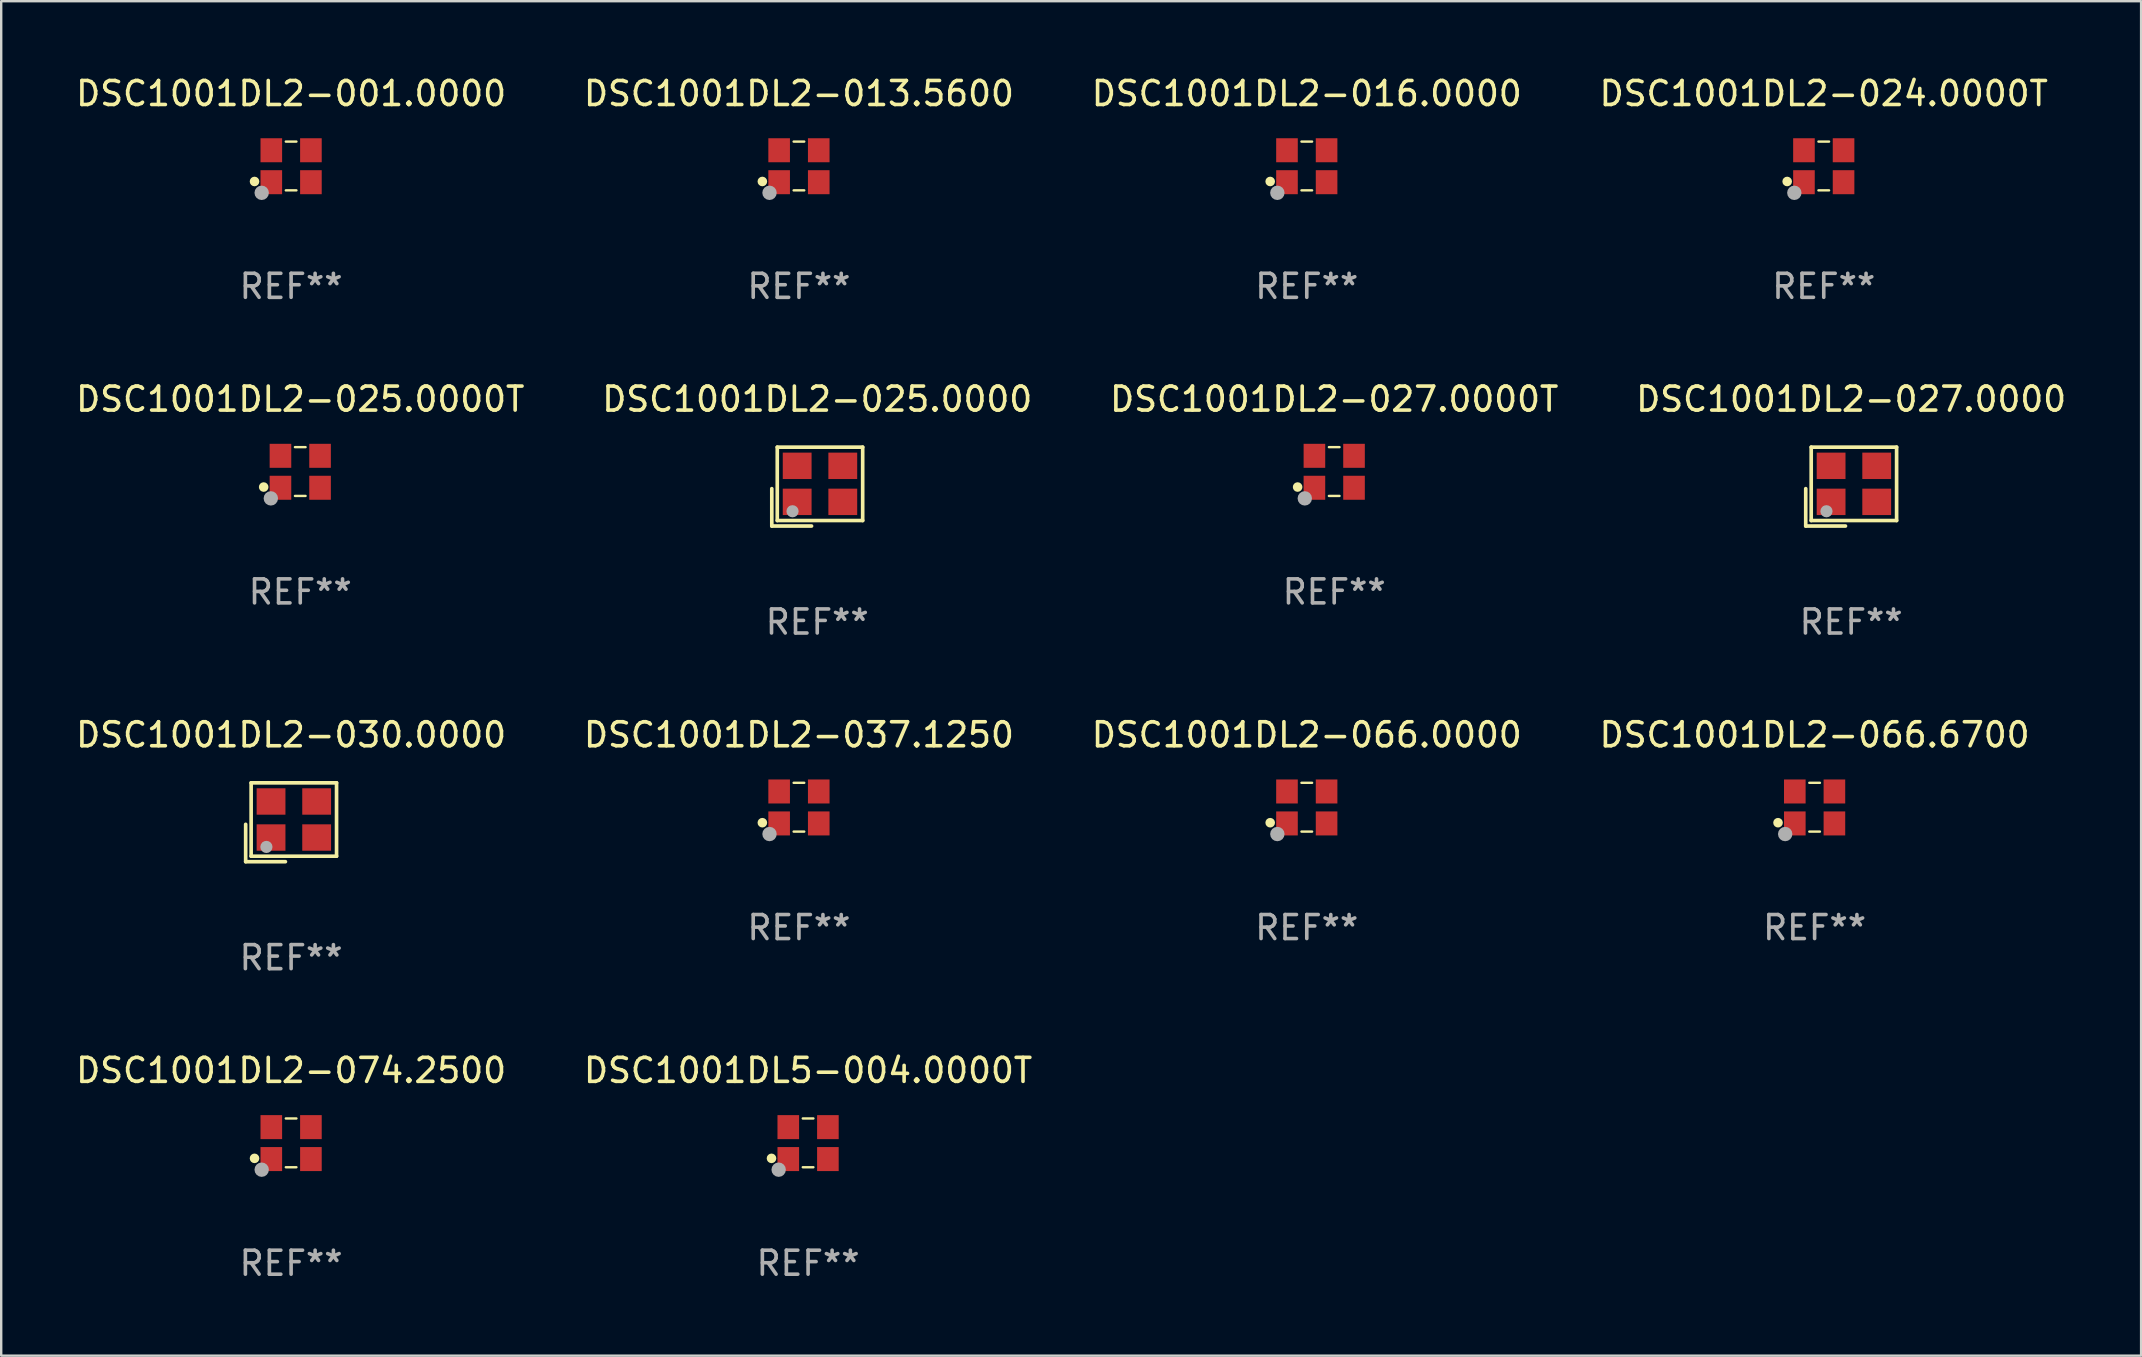
<source format=kicad_pcb>
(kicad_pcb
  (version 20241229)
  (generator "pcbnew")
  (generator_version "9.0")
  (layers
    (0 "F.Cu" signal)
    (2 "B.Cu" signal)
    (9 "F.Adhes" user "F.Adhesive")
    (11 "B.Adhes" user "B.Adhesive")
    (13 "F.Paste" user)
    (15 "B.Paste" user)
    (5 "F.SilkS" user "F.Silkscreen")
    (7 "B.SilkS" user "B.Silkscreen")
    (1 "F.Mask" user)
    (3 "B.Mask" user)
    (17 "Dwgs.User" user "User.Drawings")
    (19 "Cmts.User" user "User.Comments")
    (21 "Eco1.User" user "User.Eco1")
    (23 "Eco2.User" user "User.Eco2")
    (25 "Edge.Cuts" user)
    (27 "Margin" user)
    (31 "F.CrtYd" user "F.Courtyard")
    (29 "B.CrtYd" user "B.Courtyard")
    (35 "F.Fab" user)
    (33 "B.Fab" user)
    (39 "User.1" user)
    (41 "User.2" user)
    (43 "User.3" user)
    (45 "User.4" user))
  (footprint "DSC1001DL5-004.0000T"
    (layer "F.Cu")
    (at 30.613 44.558)
    (property "Reference" "DSC1001DL5-004.0000T" (at 0 -3.016 0) (layer "F.SilkS") (effects (font (size 1 1) (thickness 0.15))))
    (attr through_hole)
    (fp_line (start -0.221 -1.016) (end 0.221 -1.016) (stroke (width 0.1) (type solid)) (layer "F.SilkS"))
    (fp_line (start -0.221 1.016) (end 0.221 1.016) (stroke (width 0.1) (type solid)) (layer "F.SilkS"))
    (fp_circle (center -1.524 0.646) (end -1.424 0.646) (stroke (width 0.2) (type solid)) (fill no) (layer "F.SilkS"))
    (fp_circle (center -1.25 1) (end -1.22 1) (stroke (width 0.06) (type solid)) (fill no) (layer "F.SilkS"))
    (fp_circle (center -1.226 1.118) (end -1.076 1.118) (stroke (width 0.3) (type solid)) (fill no) (layer "F.Fab"))
    (fp_text user "REF**" (at 0 5.016 0) (layer "F.Fab") (effects (font (size 1 1) (thickness 0.15))))
    (pad "1" smd rect (at -0.825 0.676) (size 0.9 1) (layers "F.Cu" "F.Mask" "F.Paste"))
    (pad "2" smd rect (at 0.825 0.676) (size 0.9 1) (layers "F.Cu" "F.Mask" "F.Paste"))
    (pad "3" smd rect (at 0.825 -0.655) (size 0.9 1) (layers "F.Cu" "F.Mask" "F.Paste"))
    (pad "4" smd rect (at -0.825 -0.655) (size 0.9 1) (layers "F.Cu" "F.Mask" "F.Paste")))
  (footprint "DSC1001DL2-066.0000"
    (layer "F.Cu")
    (at 51.387 30.576)
    (property "Reference" "DSC1001DL2-066.0000" (at 0 -3.016 0) (layer "F.SilkS") (effects (font (size 1 1) (thickness 0.15))))
    (attr through_hole)
    (fp_line (start -0.221 -1.016) (end 0.221 -1.016) (stroke (width 0.1) (type solid)) (layer "F.SilkS"))
    (fp_line (start -0.221 1.016) (end 0.221 1.016) (stroke (width 0.1) (type solid)) (layer "F.SilkS"))
    (fp_circle (center -1.524 0.646) (end -1.424 0.646) (stroke (width 0.2) (type solid)) (fill no) (layer "F.SilkS"))
    (fp_circle (center -1.25 1) (end -1.22 1) (stroke (width 0.06) (type solid)) (fill no) (layer "F.SilkS"))
    (fp_circle (center -1.226 1.118) (end -1.076 1.118) (stroke (width 0.3) (type solid)) (fill no) (layer "F.Fab"))
    (fp_text user "REF**" (at 0 5.016 0) (layer "F.Fab") (effects (font (size 1 1) (thickness 0.15))))
    (pad "1" smd rect (at -0.825 0.676) (size 0.9 1) (layers "F.Cu" "F.Mask" "F.Paste"))
    (pad "2" smd rect (at 0.825 0.676) (size 0.9 1) (layers "F.Cu" "F.Mask" "F.Paste"))
    (pad "3" smd rect (at 0.825 -0.655) (size 0.9 1) (layers "F.Cu" "F.Mask" "F.Paste"))
    (pad "4" smd rect (at -0.825 -0.655) (size 0.9 1) (layers "F.Cu" "F.Mask" "F.Paste")))
  (footprint "DSC1001DL2-001.0000"
    (layer "F.Cu")
    (at 9.077 3.864)
    (property "Reference" "DSC1001DL2-001.0000" (at 0 -3.016 0) (layer "F.SilkS") (effects (font (size 1 1) (thickness 0.15))))
    (attr through_hole)
    (fp_line (start -0.221 -1.016) (end 0.221 -1.016) (stroke (width 0.1) (type solid)) (layer "F.SilkS"))
    (fp_line (start -0.221 1.016) (end 0.221 1.016) (stroke (width 0.1) (type solid)) (layer "F.SilkS"))
    (fp_circle (center -1.524 0.646) (end -1.424 0.646) (stroke (width 0.2) (type solid)) (fill no) (layer "F.SilkS"))
    (fp_circle (center -1.25 1) (end -1.22 1) (stroke (width 0.06) (type solid)) (fill no) (layer "F.SilkS"))
    (fp_circle (center -1.226 1.118) (end -1.076 1.118) (stroke (width 0.3) (type solid)) (fill no) (layer "F.Fab"))
    (fp_text user "REF**" (at 0 5.016 0) (layer "F.Fab") (effects (font (size 1 1) (thickness 0.15))))
    (pad "1" smd rect (at -0.825 0.676) (size 0.9 1) (layers "F.Cu" "F.Mask" "F.Paste"))
    (pad "2" smd rect (at 0.825 0.676) (size 0.9 1) (layers "F.Cu" "F.Mask" "F.Paste"))
    (pad "3" smd rect (at 0.825 -0.655) (size 0.9 1) (layers "F.Cu" "F.Mask" "F.Paste"))
    (pad "4" smd rect (at -0.825 -0.655) (size 0.9 1) (layers "F.Cu" "F.Mask" "F.Paste")))
  (footprint "DSC1001DL2-013.5600"
    (layer "F.Cu")
    (at 30.232 3.864)
    (property "Reference" "DSC1001DL2-013.5600" (at 0 -3.016 0) (layer "F.SilkS") (effects (font (size 1 1) (thickness 0.15))))
    (attr through_hole)
    (fp_line (start -0.221 -1.016) (end 0.221 -1.016) (stroke (width 0.1) (type solid)) (layer "F.SilkS"))
    (fp_line (start -0.221 1.016) (end 0.221 1.016) (stroke (width 0.1) (type solid)) (layer "F.SilkS"))
    (fp_circle (center -1.524 0.646) (end -1.424 0.646) (stroke (width 0.2) (type solid)) (fill no) (layer "F.SilkS"))
    (fp_circle (center -1.25 1) (end -1.22 1) (stroke (width 0.06) (type solid)) (fill no) (layer "F.SilkS"))
    (fp_circle (center -1.226 1.118) (end -1.076 1.118) (stroke (width 0.3) (type solid)) (fill no) (layer "F.Fab"))
    (fp_text user "REF**" (at 0 5.016 0) (layer "F.Fab") (effects (font (size 1 1) (thickness 0.15))))
    (pad "1" smd rect (at -0.825 0.676) (size 0.9 1) (layers "F.Cu" "F.Mask" "F.Paste"))
    (pad "2" smd rect (at 0.825 0.676) (size 0.9 1) (layers "F.Cu" "F.Mask" "F.Paste"))
    (pad "3" smd rect (at 0.825 -0.655) (size 0.9 1) (layers "F.Cu" "F.Mask" "F.Paste"))
    (pad "4" smd rect (at -0.825 -0.655) (size 0.9 1) (layers "F.Cu" "F.Mask" "F.Paste")))
  (footprint "DSC1001DL2-025.0000T"
    (layer "F.Cu")
    (at 9.458 16.593)
    (property "Reference" "DSC1001DL2-025.0000T" (at 0 -3.016 0) (layer "F.SilkS") (effects (font (size 1 1) (thickness 0.15))))
    (attr through_hole)
    (fp_line (start -0.221 -1.016) (end 0.221 -1.016) (stroke (width 0.1) (type solid)) (layer "F.SilkS"))
    (fp_line (start -0.221 1.016) (end 0.221 1.016) (stroke (width 0.1) (type solid)) (layer "F.SilkS"))
    (fp_circle (center -1.524 0.646) (end -1.424 0.646) (stroke (width 0.2) (type solid)) (fill no) (layer "F.SilkS"))
    (fp_circle (center -1.25 1) (end -1.22 1) (stroke (width 0.06) (type solid)) (fill no) (layer "F.SilkS"))
    (fp_circle (center -1.226 1.118) (end -1.076 1.118) (stroke (width 0.3) (type solid)) (fill no) (layer "F.Fab"))
    (fp_text user "REF**" (at 0 5.016 0) (layer "F.Fab") (effects (font (size 1 1) (thickness 0.15))))
    (pad "1" smd rect (at -0.825 0.676) (size 0.9 1) (layers "F.Cu" "F.Mask" "F.Paste"))
    (pad "2" smd rect (at 0.825 0.676) (size 0.9 1) (layers "F.Cu" "F.Mask" "F.Paste"))
    (pad "3" smd rect (at 0.825 -0.655) (size 0.9 1) (layers "F.Cu" "F.Mask" "F.Paste"))
    (pad "4" smd rect (at -0.825 -0.655) (size 0.9 1) (layers "F.Cu" "F.Mask" "F.Paste")))
  (footprint "DSC1001DL2-030.0000"
    (layer "F.Cu")
    (at 9.077 31.203)
    (property "Reference" "DSC1001DL2-030.0000" (at 0 -3.643 0) (layer "F.SilkS") (effects (font (size 1 1) (thickness 0.15))))
    (attr through_hole)
    (fp_line (start -1.893 0.086) (end -1.893 1.643) (stroke (width 0.152) (type solid)) (layer "F.SilkS"))
    (fp_line (start -1.893 1.643) (end -0.237 1.643) (stroke (width 0.152) (type solid)) (layer "F.SilkS"))
    (fp_line (start -1.665 -1.643) (end 1.893 -1.643) (stroke (width 0.152) (type solid)) (layer "F.SilkS"))
    (fp_line (start -1.665 1.414) (end -1.665 -1.643) (stroke (width 0.152) (type solid)) (layer "F.SilkS"))
    (fp_line (start 1.893 -1.643) (end 1.893 1.414) (stroke (width 0.152) (type solid)) (layer "F.SilkS"))
    (fp_line (start 1.893 1.414) (end -1.665 1.414) (stroke (width 0.152) (type solid)) (layer "F.SilkS"))
    (fp_circle (center -1.136 0.885) (end -1.106 0.885) (stroke (width 0.06) (type solid)) (fill no) (layer "F.SilkS"))
    (fp_circle (center -1.029 1.028) (end -0.902 1.028) (stroke (width 0.254) (type solid)) (fill no) (layer "F.Fab"))
    (fp_text user "REF**" (at 0 5.643 0) (layer "F.Fab") (effects (font (size 1 1) (thickness 0.15))))
    (pad "1" smd rect (at -0.836 0.636) (size 1.2 1.1) (layers "F.Cu" "F.Mask" "F.Paste"))
    (pad "2" smd rect (at 1.064 0.636) (size 1.2 1.1) (layers "F.Cu" "F.Mask" "F.Paste"))
    (pad "3" smd rect (at 1.064 -0.865) (size 1.2 1.1) (layers "F.Cu" "F.Mask" "F.Paste"))
    (pad "4" smd rect (at -0.836 -0.865) (size 1.2 1.1) (layers "F.Cu" "F.Mask" "F.Paste")))
  (footprint "DSC1001DL2-066.6700"
    (layer "F.Cu")
    (at 72.542 30.576)
    (property "Reference" "DSC1001DL2-066.6700" (at 0 -3.016 0) (layer "F.SilkS") (effects (font (size 1 1) (thickness 0.15))))
    (attr through_hole)
    (fp_line (start -0.221 -1.016) (end 0.221 -1.016) (stroke (width 0.1) (type solid)) (layer "F.SilkS"))
    (fp_line (start -0.221 1.016) (end 0.221 1.016) (stroke (width 0.1) (type solid)) (layer "F.SilkS"))
    (fp_circle (center -1.524 0.646) (end -1.424 0.646) (stroke (width 0.2) (type solid)) (fill no) (layer "F.SilkS"))
    (fp_circle (center -1.25 1) (end -1.22 1) (stroke (width 0.06) (type solid)) (fill no) (layer "F.SilkS"))
    (fp_circle (center -1.226 1.118) (end -1.076 1.118) (stroke (width 0.3) (type solid)) (fill no) (layer "F.Fab"))
    (fp_text user "REF**" (at 0 5.016 0) (layer "F.Fab") (effects (font (size 1 1) (thickness 0.15))))
    (pad "1" smd rect (at -0.825 0.676) (size 0.9 1) (layers "F.Cu" "F.Mask" "F.Paste"))
    (pad "2" smd rect (at 0.825 0.676) (size 0.9 1) (layers "F.Cu" "F.Mask" "F.Paste"))
    (pad "3" smd rect (at 0.825 -0.655) (size 0.9 1) (layers "F.Cu" "F.Mask" "F.Paste"))
    (pad "4" smd rect (at -0.825 -0.655) (size 0.9 1) (layers "F.Cu" "F.Mask" "F.Paste")))
  (footprint "DSC1001DL2-024.0000T"
    (layer "F.Cu")
    (at 72.923 3.864)
    (property "Reference" "DSC1001DL2-024.0000T" (at 0 -3.016 0) (layer "F.SilkS") (effects (font (size 1 1) (thickness 0.15))))
    (attr through_hole)
    (fp_line (start -0.221 -1.016) (end 0.221 -1.016) (stroke (width 0.1) (type solid)) (layer "F.SilkS"))
    (fp_line (start -0.221 1.016) (end 0.221 1.016) (stroke (width 0.1) (type solid)) (layer "F.SilkS"))
    (fp_circle (center -1.524 0.646) (end -1.424 0.646) (stroke (width 0.2) (type solid)) (fill no) (layer "F.SilkS"))
    (fp_circle (center -1.25 1) (end -1.22 1) (stroke (width 0.06) (type solid)) (fill no) (layer "F.SilkS"))
    (fp_circle (center -1.226 1.118) (end -1.076 1.118) (stroke (width 0.3) (type solid)) (fill no) (layer "F.Fab"))
    (fp_text user "REF**" (at 0 5.016 0) (layer "F.Fab") (effects (font (size 1 1) (thickness 0.15))))
    (pad "1" smd rect (at -0.825 0.676) (size 0.9 1) (layers "F.Cu" "F.Mask" "F.Paste"))
    (pad "2" smd rect (at 0.825 0.676) (size 0.9 1) (layers "F.Cu" "F.Mask" "F.Paste"))
    (pad "3" smd rect (at 0.825 -0.655) (size 0.9 1) (layers "F.Cu" "F.Mask" "F.Paste"))
    (pad "4" smd rect (at -0.825 -0.655) (size 0.9 1) (layers "F.Cu" "F.Mask" "F.Paste")))
  (footprint "DSC1001DL2-037.1250"
    (layer "F.Cu")
    (at 30.232 30.576)
    (property "Reference" "DSC1001DL2-037.1250" (at 0 -3.016 0) (layer "F.SilkS") (effects (font (size 1 1) (thickness 0.15))))
    (attr through_hole)
    (fp_line (start -0.221 -1.016) (end 0.221 -1.016) (stroke (width 0.1) (type solid)) (layer "F.SilkS"))
    (fp_line (start -0.221 1.016) (end 0.221 1.016) (stroke (width 0.1) (type solid)) (layer "F.SilkS"))
    (fp_circle (center -1.524 0.646) (end -1.424 0.646) (stroke (width 0.2) (type solid)) (fill no) (layer "F.SilkS"))
    (fp_circle (center -1.25 1) (end -1.22 1) (stroke (width 0.06) (type solid)) (fill no) (layer "F.SilkS"))
    (fp_circle (center -1.226 1.118) (end -1.076 1.118) (stroke (width 0.3) (type solid)) (fill no) (layer "F.Fab"))
    (fp_text user "REF**" (at 0 5.016 0) (layer "F.Fab") (effects (font (size 1 1) (thickness 0.15))))
    (pad "1" smd rect (at -0.825 0.676) (size 0.9 1) (layers "F.Cu" "F.Mask" "F.Paste"))
    (pad "2" smd rect (at 0.825 0.676) (size 0.9 1) (layers "F.Cu" "F.Mask" "F.Paste"))
    (pad "3" smd rect (at 0.825 -0.655) (size 0.9 1) (layers "F.Cu" "F.Mask" "F.Paste"))
    (pad "4" smd rect (at -0.825 -0.655) (size 0.9 1) (layers "F.Cu" "F.Mask" "F.Paste")))
  (footprint "DSC1001DL2-027.0000"
    (layer "F.Cu")
    (at 74.065 17.22)
    (property "Reference" "DSC1001DL2-027.0000" (at 0 -3.643 0) (layer "F.SilkS") (effects (font (size 1 1) (thickness 0.15))))
    (attr through_hole)
    (fp_line (start -1.893 0.086) (end -1.893 1.643) (stroke (width 0.152) (type solid)) (layer "F.SilkS"))
    (fp_line (start -1.893 1.643) (end -0.237 1.643) (stroke (width 0.152) (type solid)) (layer "F.SilkS"))
    (fp_line (start -1.665 -1.643) (end 1.893 -1.643) (stroke (width 0.152) (type solid)) (layer "F.SilkS"))
    (fp_line (start -1.665 1.414) (end -1.665 -1.643) (stroke (width 0.152) (type solid)) (layer "F.SilkS"))
    (fp_line (start 1.893 -1.643) (end 1.893 1.414) (stroke (width 0.152) (type solid)) (layer "F.SilkS"))
    (fp_line (start 1.893 1.414) (end -1.665 1.414) (stroke (width 0.152) (type solid)) (layer "F.SilkS"))
    (fp_circle (center -1.136 0.885) (end -1.106 0.885) (stroke (width 0.06) (type solid)) (fill no) (layer "F.SilkS"))
    (fp_circle (center -1.029 1.028) (end -0.902 1.028) (stroke (width 0.254) (type solid)) (fill no) (layer "F.Fab"))
    (fp_text user "REF**" (at 0 5.643 0) (layer "F.Fab") (effects (font (size 1 1) (thickness 0.15))))
    (pad "1" smd rect (at -0.836 0.636) (size 1.2 1.1) (layers "F.Cu" "F.Mask" "F.Paste"))
    (pad "2" smd rect (at 1.064 0.636) (size 1.2 1.1) (layers "F.Cu" "F.Mask" "F.Paste"))
    (pad "3" smd rect (at 1.064 -0.865) (size 1.2 1.1) (layers "F.Cu" "F.Mask" "F.Paste"))
    (pad "4" smd rect (at -0.836 -0.865) (size 1.2 1.1) (layers "F.Cu" "F.Mask" "F.Paste")))
  (footprint "DSC1001DL2-074.2500"
    (layer "F.Cu")
    (at 9.077 44.558)
    (property "Reference" "DSC1001DL2-074.2500" (at 0 -3.016 0) (layer "F.SilkS") (effects (font (size 1 1) (thickness 0.15))))
    (attr through_hole)
    (fp_line (start -0.221 -1.016) (end 0.221 -1.016) (stroke (width 0.1) (type solid)) (layer "F.SilkS"))
    (fp_line (start -0.221 1.016) (end 0.221 1.016) (stroke (width 0.1) (type solid)) (layer "F.SilkS"))
    (fp_circle (center -1.524 0.646) (end -1.424 0.646) (stroke (width 0.2) (type solid)) (fill no) (layer "F.SilkS"))
    (fp_circle (center -1.25 1) (end -1.22 1) (stroke (width 0.06) (type solid)) (fill no) (layer "F.SilkS"))
    (fp_circle (center -1.226 1.118) (end -1.076 1.118) (stroke (width 0.3) (type solid)) (fill no) (layer "F.Fab"))
    (fp_text user "REF**" (at 0 5.016 0) (layer "F.Fab") (effects (font (size 1 1) (thickness 0.15))))
    (pad "1" smd rect (at -0.825 0.676) (size 0.9 1) (layers "F.Cu" "F.Mask" "F.Paste"))
    (pad "2" smd rect (at 0.825 0.676) (size 0.9 1) (layers "F.Cu" "F.Mask" "F.Paste"))
    (pad "3" smd rect (at 0.825 -0.655) (size 0.9 1) (layers "F.Cu" "F.Mask" "F.Paste"))
    (pad "4" smd rect (at -0.825 -0.655) (size 0.9 1) (layers "F.Cu" "F.Mask" "F.Paste")))
  (footprint "DSC1001DL2-016.0000"
    (layer "F.Cu")
    (at 51.387 3.864)
    (property "Reference" "DSC1001DL2-016.0000" (at 0 -3.016 0) (layer "F.SilkS") (effects (font (size 1 1) (thickness 0.15))))
    (attr through_hole)
    (fp_line (start -0.221 -1.016) (end 0.221 -1.016) (stroke (width 0.1) (type solid)) (layer "F.SilkS"))
    (fp_line (start -0.221 1.016) (end 0.221 1.016) (stroke (width 0.1) (type solid)) (layer "F.SilkS"))
    (fp_circle (center -1.524 0.646) (end -1.424 0.646) (stroke (width 0.2) (type solid)) (fill no) (layer "F.SilkS"))
    (fp_circle (center -1.25 1) (end -1.22 1) (stroke (width 0.06) (type solid)) (fill no) (layer "F.SilkS"))
    (fp_circle (center -1.226 1.118) (end -1.076 1.118) (stroke (width 0.3) (type solid)) (fill no) (layer "F.Fab"))
    (fp_text user "REF**" (at 0 5.016 0) (layer "F.Fab") (effects (font (size 1 1) (thickness 0.15))))
    (pad "1" smd rect (at -0.825 0.676) (size 0.9 1) (layers "F.Cu" "F.Mask" "F.Paste"))
    (pad "2" smd rect (at 0.825 0.676) (size 0.9 1) (layers "F.Cu" "F.Mask" "F.Paste"))
    (pad "3" smd rect (at 0.825 -0.655) (size 0.9 1) (layers "F.Cu" "F.Mask" "F.Paste"))
    (pad "4" smd rect (at -0.825 -0.655) (size 0.9 1) (layers "F.Cu" "F.Mask" "F.Paste")))
  (footprint "DSC1001DL2-025.0000"
    (layer "F.Cu")
    (at 30.994 17.22)
    (property "Reference" "DSC1001DL2-025.0000" (at 0 -3.643 0) (layer "F.SilkS") (effects (font (size 1 1) (thickness 0.15))))
    (attr through_hole)
    (fp_line (start -1.893 0.086) (end -1.893 1.643) (stroke (width 0.152) (type solid)) (layer "F.SilkS"))
    (fp_line (start -1.893 1.643) (end -0.237 1.643) (stroke (width 0.152) (type solid)) (layer "F.SilkS"))
    (fp_line (start -1.665 -1.643) (end 1.893 -1.643) (stroke (width 0.152) (type solid)) (layer "F.SilkS"))
    (fp_line (start -1.665 1.414) (end -1.665 -1.643) (stroke (width 0.152) (type solid)) (layer "F.SilkS"))
    (fp_line (start 1.893 -1.643) (end 1.893 1.414) (stroke (width 0.152) (type solid)) (layer "F.SilkS"))
    (fp_line (start 1.893 1.414) (end -1.665 1.414) (stroke (width 0.152) (type solid)) (layer "F.SilkS"))
    (fp_circle (center -1.136 0.885) (end -1.106 0.885) (stroke (width 0.06) (type solid)) (fill no) (layer "F.SilkS"))
    (fp_circle (center -1.029 1.028) (end -0.902 1.028) (stroke (width 0.254) (type solid)) (fill no) (layer "F.Fab"))
    (fp_text user "REF**" (at 0 5.643 0) (layer "F.Fab") (effects (font (size 1 1) (thickness 0.15))))
    (pad "1" smd rect (at -0.836 0.636) (size 1.2 1.1) (layers "F.Cu" "F.Mask" "F.Paste"))
    (pad "2" smd rect (at 1.064 0.636) (size 1.2 1.1) (layers "F.Cu" "F.Mask" "F.Paste"))
    (pad "3" smd rect (at 1.064 -0.865) (size 1.2 1.1) (layers "F.Cu" "F.Mask" "F.Paste"))
    (pad "4" smd rect (at -0.836 -0.865) (size 1.2 1.1) (layers "F.Cu" "F.Mask" "F.Paste")))
  (footprint "DSC1001DL2-027.0000T"
    (layer "F.Cu")
    (at 52.53 16.593)
    (property "Reference" "DSC1001DL2-027.0000T" (at 0 -3.016 0) (layer "F.SilkS") (effects (font (size 1 1) (thickness 0.15))))
    (attr through_hole)
    (fp_line (start -0.221 -1.016) (end 0.221 -1.016) (stroke (width 0.1) (type solid)) (layer "F.SilkS"))
    (fp_line (start -0.221 1.016) (end 0.221 1.016) (stroke (width 0.1) (type solid)) (layer "F.SilkS"))
    (fp_circle (center -1.524 0.646) (end -1.424 0.646) (stroke (width 0.2) (type solid)) (fill no) (layer "F.SilkS"))
    (fp_circle (center -1.25 1) (end -1.22 1) (stroke (width 0.06) (type solid)) (fill no) (layer "F.SilkS"))
    (fp_circle (center -1.226 1.118) (end -1.076 1.118) (stroke (width 0.3) (type solid)) (fill no) (layer "F.Fab"))
    (fp_text user "REF**" (at 0 5.016 0) (layer "F.Fab") (effects (font (size 1 1) (thickness 0.15))))
    (pad "1" smd rect (at -0.825 0.676) (size 0.9 1) (layers "F.Cu" "F.Mask" "F.Paste"))
    (pad "2" smd rect (at 0.825 0.676) (size 0.9 1) (layers "F.Cu" "F.Mask" "F.Paste"))
    (pad "3" smd rect (at 0.825 -0.655) (size 0.9 1) (layers "F.Cu" "F.Mask" "F.Paste"))
    (pad "4" smd rect (at -0.825 -0.655) (size 0.9 1) (layers "F.Cu" "F.Mask" "F.Paste")))
  (gr_rect
    (start -3 -3)
    (end 86.143 53.423)
    (stroke (width 0.1) (type default))
    (fill no)
    (layer "Edge.Cuts")))
</source>
